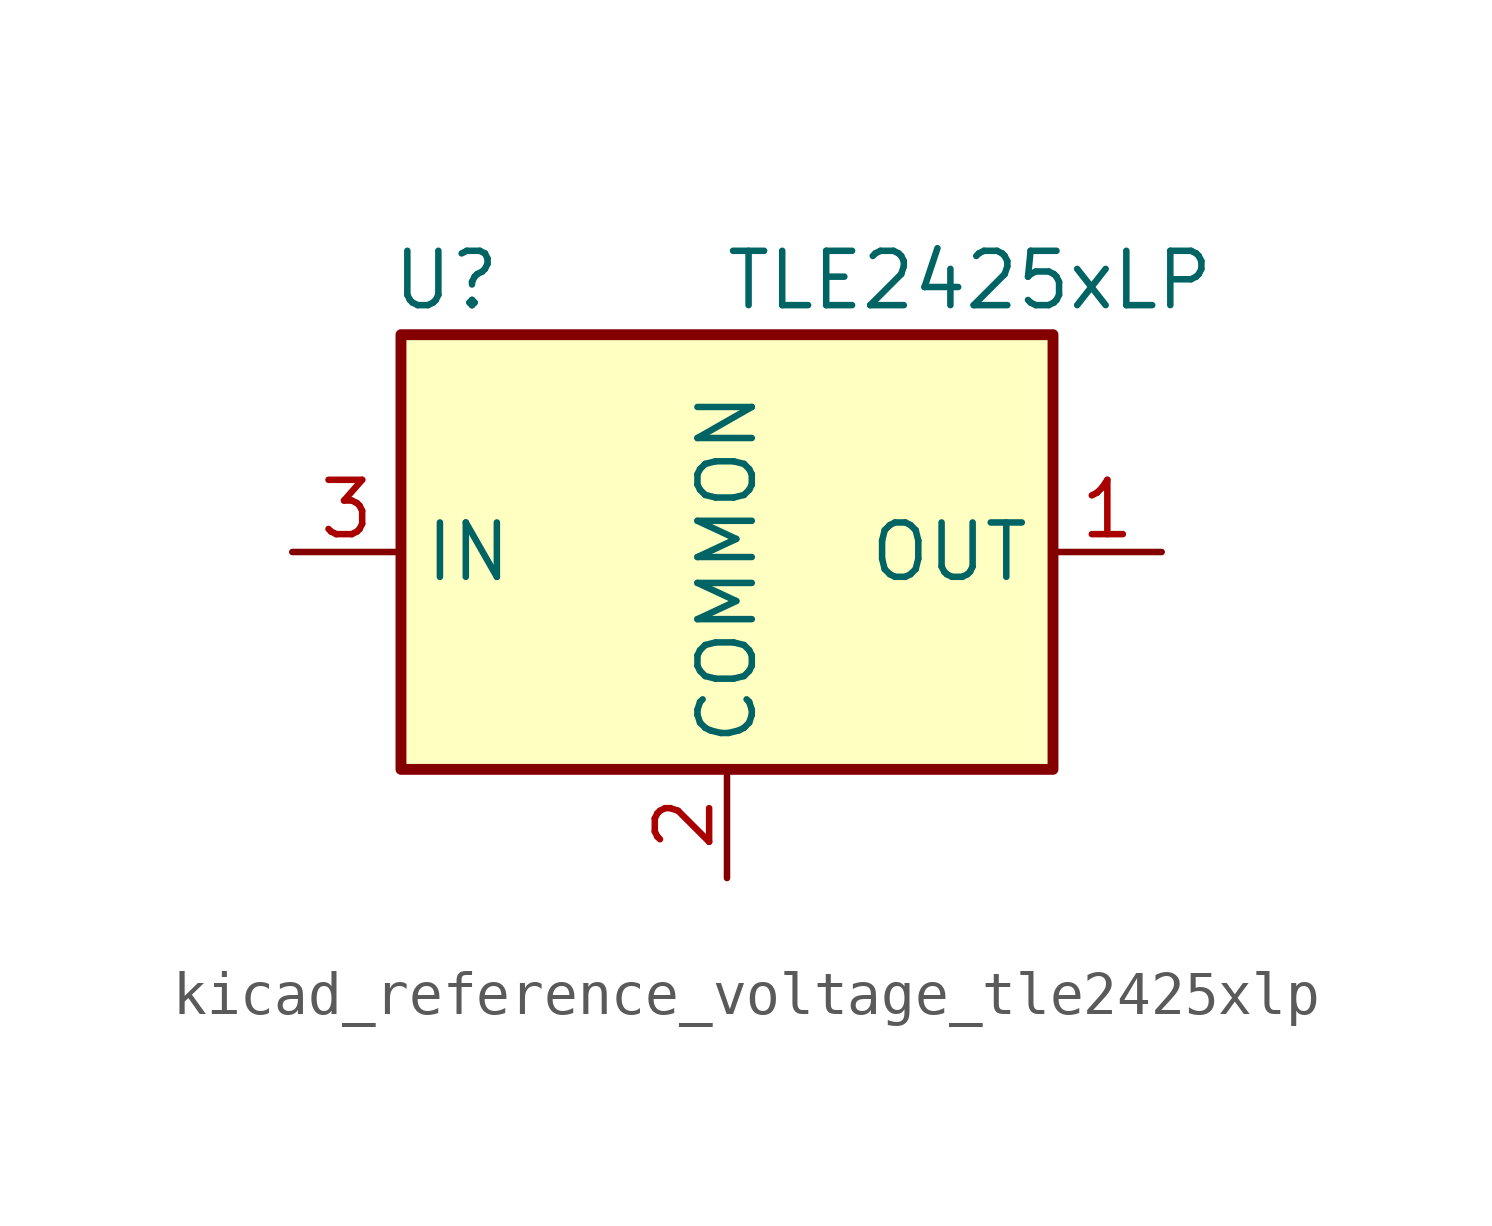
<source format=kicad_sym>
(kicad_symbol_lib
  (version 20220914)
  (generator kicad_symbol_editor)
  (symbol "kicad_reference_voltage_tle2425xlp"
    (property "Reference" "U"
      (at -7.874 6.35 0)
      (effects (font (size 1.27 1.27)) (justify left)))
    (property "Value" "TLE2425xLP"
      (at 11.43 6.35 0)
      (effects (font (size 1.27 1.27)) (justify right)))
    (symbol "kicad_reference_voltage_tle2425xlp_0_1"
      (rectangle (start -7.62 5.08) (end 7.62 -5.08) (stroke (width 0.254) (type default)) (fill (type background))))
    (symbol "kicad_reference_voltage_tle2425xlp_1_1"
      (pin power_out line (at 10.16 0 180) (length 2.54) (name "OUT" (effects (font (size 1.27 1.27)))) (number "1" (effects (font (size 1.27 1.27)))))
      (pin power_in line (at 0 -7.62 90) (length 2.54) (name "COMMON" (effects (font (size 1.27 1.27)))) (number "2" (effects (font (size 1.27 1.27)))))
      (pin power_in line (at -10.16 0 0) (length 2.54) (name "IN" (effects (font (size 1.27 1.27)))) (number "3" (effects (font (size 1.27 1.27))))))))
</source>
